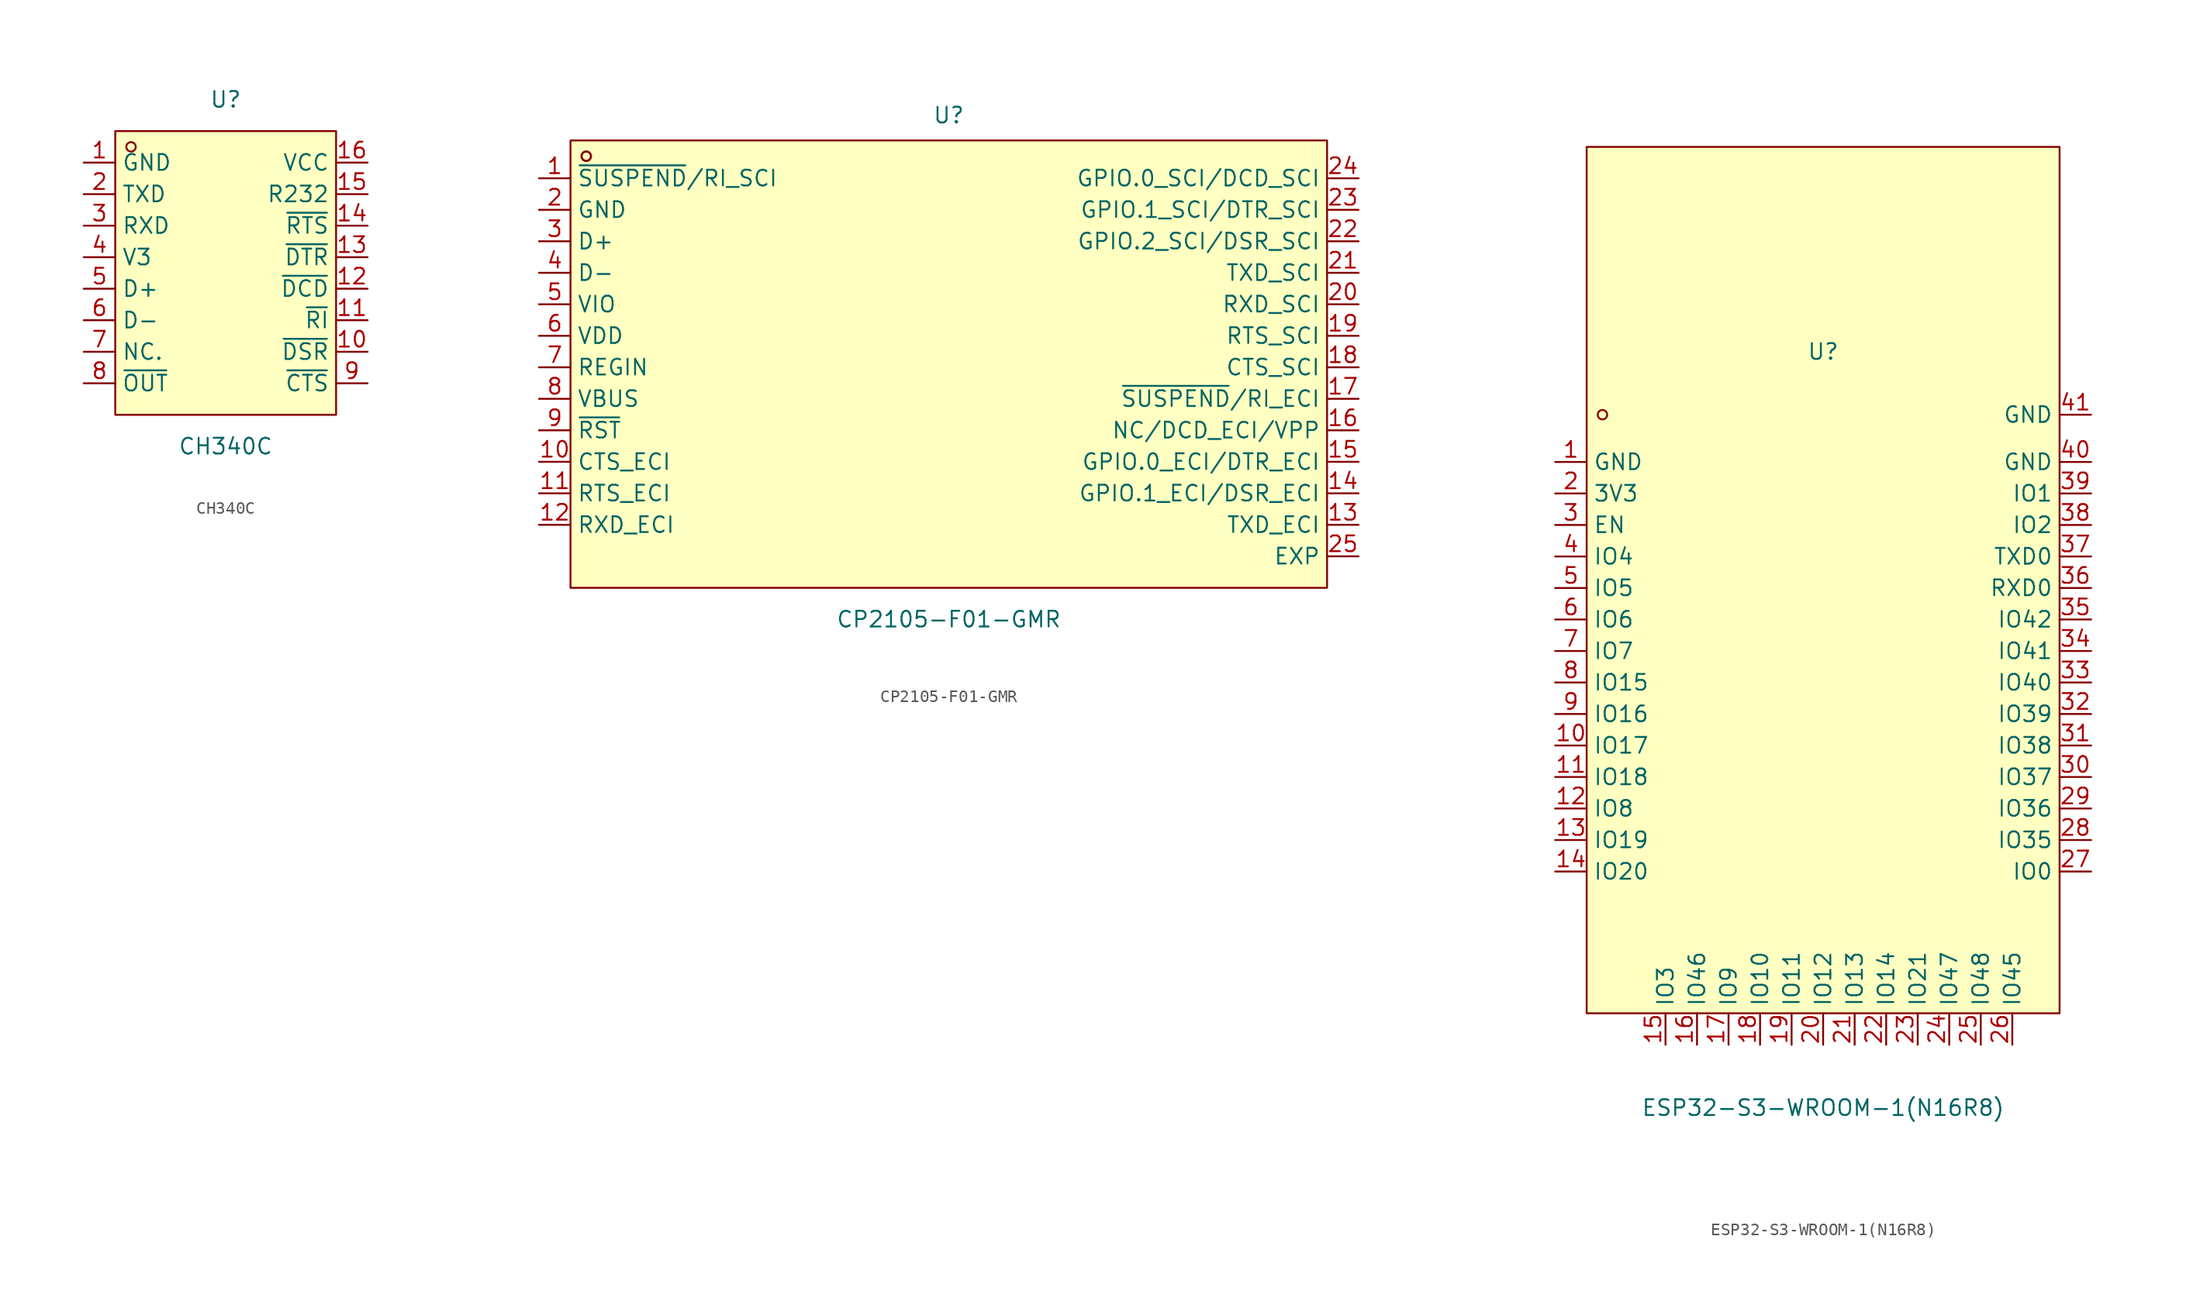
<source format=kicad_sym>
(kicad_symbol_lib
  (version 20241209)
  (generator "kicad_symbol_editor")
  (generator_version "9.0")
  (symbol "CH340C"
    (property "Reference" "U"
      (at 0 13.97 0)
      (effects (font (size 1.27 1.27))))
    (property "Value" "CH340C"
      (at 0 -13.97 0)
      (effects (font (size 1.27 1.27))))
    (symbol "CH340C_0_1"
      (rectangle (start -8.89 11.43) (end 8.89 -11.43) (stroke (width 0) (type default) (color 0 0 0 0)) (fill (type background)))
      (circle (center -7.62 10.16) (radius 0.38) (stroke (width 0) (type default) (color 0 0 0 0)) (fill (type none)))
      (pin unspecified line (at -11.43 8.89 0) (length 2.54) (name "GND" (effects (font (size 1.27 1.27)))) (number "1" (effects (font (size 1.27 1.27)))))
      (pin unspecified line (at -11.43 6.35 0) (length 2.54) (name "TXD" (effects (font (size 1.27 1.27)))) (number "2" (effects (font (size 1.27 1.27)))))
      (pin unspecified line (at -11.43 3.81 0) (length 2.54) (name "RXD" (effects (font (size 1.27 1.27)))) (number "3" (effects (font (size 1.27 1.27)))))
      (pin unspecified line (at -11.43 1.27 0) (length 2.54) (name "V3" (effects (font (size 1.27 1.27)))) (number "4" (effects (font (size 1.27 1.27)))))
      (pin unspecified line (at -11.43 -1.27 0) (length 2.54) (name "D+" (effects (font (size 1.27 1.27)))) (number "5" (effects (font (size 1.27 1.27)))))
      (pin unspecified line (at -11.43 -3.81 0) (length 2.54) (name "D-" (effects (font (size 1.27 1.27)))) (number "6" (effects (font (size 1.27 1.27)))))
      (pin unspecified line (at -11.43 -6.35 0) (length 2.54) (name "NC." (effects (font (size 1.27 1.27)))) (number "7" (effects (font (size 1.27 1.27)))))
      (pin unspecified line (at -11.43 -8.89 0) (length 2.54) (name "~{OUT}" (effects (font (size 1.27 1.27)))) (number "8" (effects (font (size 1.27 1.27)))))
      (pin unspecified line (at 11.43 -8.89 180) (length 2.54) (name "~{CTS}" (effects (font (size 1.27 1.27)))) (number "9" (effects (font (size 1.27 1.27)))))
      (pin unspecified line (at 11.43 -6.35 180) (length 2.54) (name "~{DSR}" (effects (font (size 1.27 1.27)))) (number "10" (effects (font (size 1.27 1.27)))))
      (pin unspecified line (at 11.43 -3.81 180) (length 2.54) (name "~{RI}" (effects (font (size 1.27 1.27)))) (number "11" (effects (font (size 1.27 1.27)))))
      (pin unspecified line (at 11.43 -1.27 180) (length 2.54) (name "~{DCD}" (effects (font (size 1.27 1.27)))) (number "12" (effects (font (size 1.27 1.27)))))
      (pin unspecified line (at 11.43 1.27 180) (length 2.54) (name "~{DTR}" (effects (font (size 1.27 1.27)))) (number "13" (effects (font (size 1.27 1.27)))))
      (pin unspecified line (at 11.43 3.81 180) (length 2.54) (name "~{RTS}" (effects (font (size 1.27 1.27)))) (number "14" (effects (font (size 1.27 1.27)))))
      (pin unspecified line (at 11.43 6.35 180) (length 2.54) (name "R232" (effects (font (size 1.27 1.27)))) (number "15" (effects (font (size 1.27 1.27)))))
      (pin unspecified line (at 11.43 8.89 180) (length 2.54) (name "VCC" (effects (font (size 1.27 1.27)))) (number "16" (effects (font (size 1.27 1.27)))))))
  (symbol "CP2105-F01-GMR"
    (property "Reference" "U"
      (at 0 20.32 0)
      (effects (font (size 1.27 1.27))))
    (property "Value" "CP2105-F01-GMR"
      (at 0 -20.32 0)
      (effects (font (size 1.27 1.27))))
    (symbol "CP2105-F01-GMR_0_1"
      (rectangle (start -30.48 18.29) (end 30.48 -17.78) (stroke (width 0) (type default)) (fill (type background)))
      (circle (center -29.21 17.02) (radius 0.38) (stroke (width 0) (type default)) (fill (type none)))
      (circle (center -29.21 17.02) (radius 0.38) (stroke (width 0) (type default)) (fill (type none)))
      (pin unspecified line (at -33.02 15.24 0) (length 2.54) (name "~{SUSPEND}/RI_SCI" (effects (font (size 1.27 1.27)))) (number "1" (effects (font (size 1.27 1.27)))))
      (pin unspecified line (at -33.02 12.7 0) (length 2.54) (name "GND" (effects (font (size 1.27 1.27)))) (number "2" (effects (font (size 1.27 1.27)))))
      (pin unspecified line (at -33.02 10.16 0) (length 2.54) (name "D+" (effects (font (size 1.27 1.27)))) (number "3" (effects (font (size 1.27 1.27)))))
      (pin unspecified line (at -33.02 7.62 0) (length 2.54) (name "D-" (effects (font (size 1.27 1.27)))) (number "4" (effects (font (size 1.27 1.27)))))
      (pin unspecified line (at -33.02 5.08 0) (length 2.54) (name "VIO" (effects (font (size 1.27 1.27)))) (number "5" (effects (font (size 1.27 1.27)))))
      (pin unspecified line (at -33.02 2.54 0) (length 2.54) (name "VDD" (effects (font (size 1.27 1.27)))) (number "6" (effects (font (size 1.27 1.27)))))
      (pin unspecified line (at -33.02 0 0) (length 2.54) (name "REGIN" (effects (font (size 1.27 1.27)))) (number "7" (effects (font (size 1.27 1.27)))))
      (pin unspecified line (at -33.02 -2.54 0) (length 2.54) (name "VBUS" (effects (font (size 1.27 1.27)))) (number "8" (effects (font (size 1.27 1.27)))))
      (pin unspecified line (at -33.02 -5.08 0) (length 2.54) (name "~{RST}" (effects (font (size 1.27 1.27)))) (number "9" (effects (font (size 1.27 1.27)))))
      (pin unspecified line (at -33.02 -7.62 0) (length 2.54) (name "CTS_ECI" (effects (font (size 1.27 1.27)))) (number "10" (effects (font (size 1.27 1.27)))))
      (pin unspecified line (at -33.02 -10.16 0) (length 2.54) (name "RTS_ECI" (effects (font (size 1.27 1.27)))) (number "11" (effects (font (size 1.27 1.27)))))
      (pin unspecified line (at -33.02 -12.7 0) (length 2.54) (name "RXD_ECI" (effects (font (size 1.27 1.27)))) (number "12" (effects (font (size 1.27 1.27)))))
      (pin unspecified line (at 33.02 15.24 180) (length 2.54) (name "GPIO.0_SCI/DCD_SCI" (effects (font (size 1.27 1.27)))) (number "24" (effects (font (size 1.27 1.27)))))
      (pin unspecified line (at 33.02 12.7 180) (length 2.54) (name "GPIO.1_SCI/DTR_SCI" (effects (font (size 1.27 1.27)))) (number "23" (effects (font (size 1.27 1.27)))))
      (pin unspecified line (at 33.02 10.16 180) (length 2.54) (name "GPIO.2_SCI/DSR_SCI" (effects (font (size 1.27 1.27)))) (number "22" (effects (font (size 1.27 1.27)))))
      (pin unspecified line (at 33.02 7.62 180) (length 2.54) (name "TXD_SCI" (effects (font (size 1.27 1.27)))) (number "21" (effects (font (size 1.27 1.27)))))
      (pin unspecified line (at 33.02 5.08 180) (length 2.54) (name "RXD_SCI" (effects (font (size 1.27 1.27)))) (number "20" (effects (font (size 1.27 1.27)))))
      (pin unspecified line (at 33.02 2.54 180) (length 2.54) (name "RTS_SCI" (effects (font (size 1.27 1.27)))) (number "19" (effects (font (size 1.27 1.27)))))
      (pin unspecified line (at 33.02 0 180) (length 2.54) (name "CTS_SCI" (effects (font (size 1.27 1.27)))) (number "18" (effects (font (size 1.27 1.27)))))
      (pin unspecified line (at 33.02 -2.54 180) (length 2.54) (name "~{SUSPEND}/RI_ECI" (effects (font (size 1.27 1.27)))) (number "17" (effects (font (size 1.27 1.27)))))
      (pin unspecified line (at 33.02 -5.08 180) (length 2.54) (name "NC/DCD_ECI/VPP" (effects (font (size 1.27 1.27)))) (number "16" (effects (font (size 1.27 1.27)))))
      (pin unspecified line (at 33.02 -7.62 180) (length 2.54) (name "GPIO.0_ECI/DTR_ECI" (effects (font (size 1.27 1.27)))) (number "15" (effects (font (size 1.27 1.27)))))
      (pin unspecified line (at 33.02 -10.16 180) (length 2.54) (name "GPIO.1_ECI/DSR_ECI" (effects (font (size 1.27 1.27)))) (number "14" (effects (font (size 1.27 1.27)))))
      (pin unspecified line (at 33.02 -12.7 180) (length 2.54) (name "TXD_ECI" (effects (font (size 1.27 1.27)))) (number "13" (effects (font (size 1.27 1.27)))))
      (pin unspecified line (at 33.02 -15.24 180) (length 2.54) (name "EXP" (effects (font (size 1.27 1.27)))) (number "25" (effects (font (size 1.27 1.27)))))))
  (symbol "ESP32-S3-WROOM-1(N16R8)"
    (property "Reference" "U"
      (at 0 20.32 0)
      (effects (font (size 1.27 1.27))))
    (property "Value" "ESP32-S3-WROOM-1(N16R8)"
      (at 0 -40.64 0)
      (effects (font (size 1.27 1.27))))
    (symbol "ESP32-S3-WROOM-1(N16R8)_0_1"
      (rectangle (start -19.05 36.83) (end 19.05 -33.02) (stroke (width 0) (type default)) (fill (type background)))
      (circle (center -17.78 15.24) (radius 0.38) (stroke (width 0) (type default)) (fill (type none)))
      (pin unspecified line (at -21.59 11.43 0) (length 2.54) (name "GND" (effects (font (size 1.27 1.27)))) (number "1" (effects (font (size 1.27 1.27)))))
      (pin unspecified line (at -21.59 8.89 0) (length 2.54) (name "3V3" (effects (font (size 1.27 1.27)))) (number "2" (effects (font (size 1.27 1.27)))))
      (pin unspecified line (at -21.59 6.35 0) (length 2.54) (name "EN" (effects (font (size 1.27 1.27)))) (number "3" (effects (font (size 1.27 1.27)))))
      (pin unspecified line (at -21.59 3.81 0) (length 2.54) (name "IO4" (effects (font (size 1.27 1.27)))) (number "4" (effects (font (size 1.27 1.27)))))
      (pin unspecified line (at -21.59 1.27 0) (length 2.54) (name "IO5" (effects (font (size 1.27 1.27)))) (number "5" (effects (font (size 1.27 1.27)))))
      (pin unspecified line (at -21.59 -1.27 0) (length 2.54) (name "IO6" (effects (font (size 1.27 1.27)))) (number "6" (effects (font (size 1.27 1.27)))))
      (pin unspecified line (at -21.59 -3.81 0) (length 2.54) (name "IO7" (effects (font (size 1.27 1.27)))) (number "7" (effects (font (size 1.27 1.27)))))
      (pin unspecified line (at -21.59 -6.35 0) (length 2.54) (name "IO15" (effects (font (size 1.27 1.27)))) (number "8" (effects (font (size 1.27 1.27)))))
      (pin unspecified line (at -21.59 -8.89 0) (length 2.54) (name "IO16" (effects (font (size 1.27 1.27)))) (number "9" (effects (font (size 1.27 1.27)))))
      (pin unspecified line (at -21.59 -11.43 0) (length 2.54) (name "IO17" (effects (font (size 1.27 1.27)))) (number "10" (effects (font (size 1.27 1.27)))))
      (pin unspecified line (at -21.59 -13.97 0) (length 2.54) (name "IO18" (effects (font (size 1.27 1.27)))) (number "11" (effects (font (size 1.27 1.27)))))
      (pin unspecified line (at -21.59 -16.51 0) (length 2.54) (name "IO8" (effects (font (size 1.27 1.27)))) (number "12" (effects (font (size 1.27 1.27)))))
      (pin unspecified line (at -21.59 -19.05 0) (length 2.54) (name "IO19" (effects (font (size 1.27 1.27)))) (number "13" (effects (font (size 1.27 1.27)))))
      (pin unspecified line (at -21.59 -21.59 0) (length 2.54) (name "IO20" (effects (font (size 1.27 1.27)))) (number "14" (effects (font (size 1.27 1.27)))))
      (pin unspecified line (at -12.7 -35.56 90) (length 2.54) (name "IO3" (effects (font (size 1.27 1.27)))) (number "15" (effects (font (size 1.27 1.27)))))
      (pin unspecified line (at -10.16 -35.56 90) (length 2.54) (name "IO46" (effects (font (size 1.27 1.27)))) (number "16" (effects (font (size 1.27 1.27)))))
      (pin unspecified line (at -7.62 -35.56 90) (length 2.54) (name "IO9" (effects (font (size 1.27 1.27)))) (number "17" (effects (font (size 1.27 1.27)))))
      (pin unspecified line (at -5.08 -35.56 90) (length 2.54) (name "IO10" (effects (font (size 1.27 1.27)))) (number "18" (effects (font (size 1.27 1.27)))))
      (pin unspecified line (at -2.54 -35.56 90) (length 2.54) (name "IO11" (effects (font (size 1.27 1.27)))) (number "19" (effects (font (size 1.27 1.27)))))
      (pin unspecified line (at 0 -35.56 90) (length 2.54) (name "IO12" (effects (font (size 1.27 1.27)))) (number "20" (effects (font (size 1.27 1.27)))))
      (pin unspecified line (at 2.54 -35.56 90) (length 2.54) (name "IO13" (effects (font (size 1.27 1.27)))) (number "21" (effects (font (size 1.27 1.27)))))
      (pin unspecified line (at 5.08 -35.56 90) (length 2.54) (name "IO14" (effects (font (size 1.27 1.27)))) (number "22" (effects (font (size 1.27 1.27)))))
      (pin unspecified line (at 7.62 -35.56 90) (length 2.54) (name "IO21" (effects (font (size 1.27 1.27)))) (number "23" (effects (font (size 1.27 1.27)))))
      (pin unspecified line (at 10.16 -35.56 90) (length 2.54) (name "IO47" (effects (font (size 1.27 1.27)))) (number "24" (effects (font (size 1.27 1.27)))))
      (pin unspecified line (at 12.7 -35.56 90) (length 2.54) (name "IO48" (effects (font (size 1.27 1.27)))) (number "25" (effects (font (size 1.27 1.27)))))
      (pin unspecified line (at 15.24 -35.56 90) (length 2.54) (name "IO45" (effects (font (size 1.27 1.27)))) (number "26" (effects (font (size 1.27 1.27)))))
      (pin unspecified line (at 21.59 15.24 180) (length 2.54) (name "GND" (effects (font (size 1.27 1.27)))) (number "41" (effects (font (size 1.27 1.27)))))
      (pin unspecified line (at 21.59 11.43 180) (length 2.54) (name "GND" (effects (font (size 1.27 1.27)))) (number "40" (effects (font (size 1.27 1.27)))))
      (pin unspecified line (at 21.59 8.89 180) (length 2.54) (name "IO1" (effects (font (size 1.27 1.27)))) (number "39" (effects (font (size 1.27 1.27)))))
      (pin unspecified line (at 21.59 6.35 180) (length 2.54) (name "IO2" (effects (font (size 1.27 1.27)))) (number "38" (effects (font (size 1.27 1.27)))))
      (pin unspecified line (at 21.59 3.81 180) (length 2.54) (name "TXD0" (effects (font (size 1.27 1.27)))) (number "37" (effects (font (size 1.27 1.27)))))
      (pin unspecified line (at 21.59 1.27 180) (length 2.54) (name "RXD0" (effects (font (size 1.27 1.27)))) (number "36" (effects (font (size 1.27 1.27)))))
      (pin unspecified line (at 21.59 -1.27 180) (length 2.54) (name "IO42" (effects (font (size 1.27 1.27)))) (number "35" (effects (font (size 1.27 1.27)))))
      (pin unspecified line (at 21.59 -3.81 180) (length 2.54) (name "IO41" (effects (font (size 1.27 1.27)))) (number "34" (effects (font (size 1.27 1.27)))))
      (pin unspecified line (at 21.59 -6.35 180) (length 2.54) (name "IO40" (effects (font (size 1.27 1.27)))) (number "33" (effects (font (size 1.27 1.27)))))
      (pin unspecified line (at 21.59 -8.89 180) (length 2.54) (name "IO39" (effects (font (size 1.27 1.27)))) (number "32" (effects (font (size 1.27 1.27)))))
      (pin unspecified line (at 21.59 -11.43 180) (length 2.54) (name "IO38" (effects (font (size 1.27 1.27)))) (number "31" (effects (font (size 1.27 1.27)))))
      (pin unspecified line (at 21.59 -13.97 180) (length 2.54) (name "IO37" (effects (font (size 1.27 1.27)))) (number "30" (effects (font (size 1.27 1.27)))))
      (pin unspecified line (at 21.59 -16.51 180) (length 2.54) (name "IO36" (effects (font (size 1.27 1.27)))) (number "29" (effects (font (size 1.27 1.27)))))
      (pin unspecified line (at 21.59 -19.05 180) (length 2.54) (name "IO35" (effects (font (size 1.27 1.27)))) (number "28" (effects (font (size 1.27 1.27)))))
      (pin unspecified line (at 21.59 -21.59 180) (length 2.54) (name "IO0" (effects (font (size 1.27 1.27)))) (number "27" (effects (font (size 1.27 1.27))))))))
</source>
